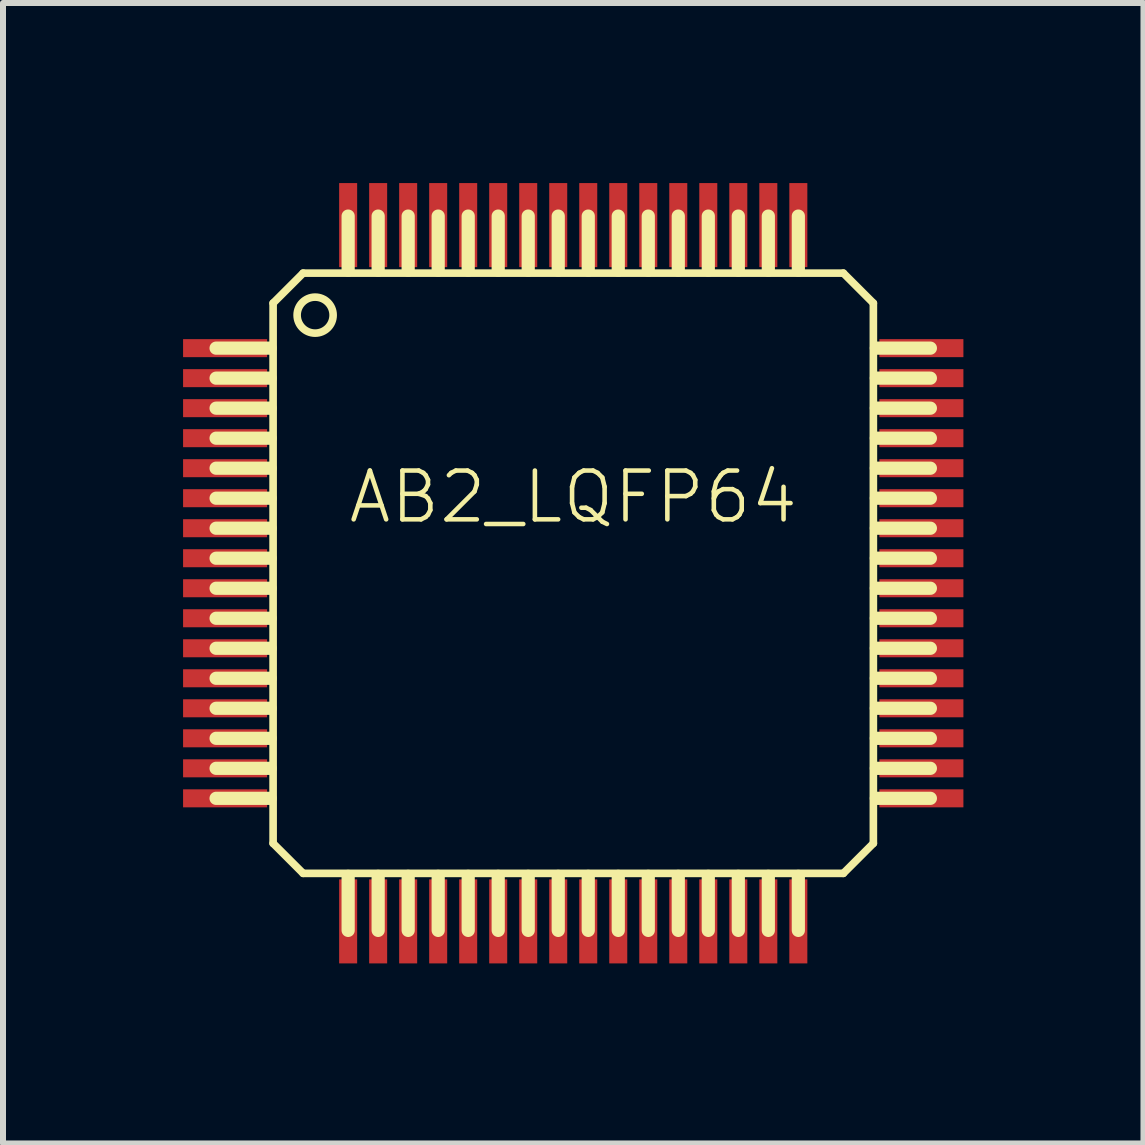
<source format=kicad_pcb>
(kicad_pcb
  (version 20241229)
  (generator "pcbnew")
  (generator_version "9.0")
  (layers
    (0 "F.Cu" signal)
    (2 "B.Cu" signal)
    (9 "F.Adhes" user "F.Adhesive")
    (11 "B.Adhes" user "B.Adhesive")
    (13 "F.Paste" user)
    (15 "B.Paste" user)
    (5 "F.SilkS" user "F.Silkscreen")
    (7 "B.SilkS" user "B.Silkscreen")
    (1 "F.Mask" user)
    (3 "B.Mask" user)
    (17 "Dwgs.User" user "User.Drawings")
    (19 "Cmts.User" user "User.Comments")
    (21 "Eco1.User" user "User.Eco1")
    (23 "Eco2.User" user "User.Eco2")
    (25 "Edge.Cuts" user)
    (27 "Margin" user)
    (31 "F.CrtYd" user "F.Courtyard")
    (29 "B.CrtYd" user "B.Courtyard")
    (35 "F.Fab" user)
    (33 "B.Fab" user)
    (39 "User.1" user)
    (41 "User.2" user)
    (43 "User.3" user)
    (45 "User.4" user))
  (footprint "AB2_LQFP64"
    (layer "F.Cu")
    (at 6.5 6.5)
    (property "Reference" "AB2_LQFP64" (at 0 -1.27 0) (layer "F.SilkS") (effects (font (size 0.813 0.813) (thickness 0.076))))
    (attr through_hole)
    (fp_line (start -5.05 -3.75) (end -5.95 -3.75) (stroke (width 0.22) (type solid)) (layer "F.SilkS"))
    (fp_line (start -5.05 -3.25) (end -5.95 -3.25) (stroke (width 0.22) (type solid)) (layer "F.SilkS"))
    (fp_line (start -5.05 -2.75) (end -5.95 -2.75) (stroke (width 0.22) (type solid)) (layer "F.SilkS"))
    (fp_line (start -5.05 -2.25) (end -5.95 -2.25) (stroke (width 0.22) (type solid)) (layer "F.SilkS"))
    (fp_line (start -5.05 -1.75) (end -5.95 -1.75) (stroke (width 0.22) (type solid)) (layer "F.SilkS"))
    (fp_line (start -5.05 -1.25) (end -5.95 -1.25) (stroke (width 0.22) (type solid)) (layer "F.SilkS"))
    (fp_line (start -5.05 -0.75) (end -5.95 -0.75) (stroke (width 0.22) (type solid)) (layer "F.SilkS"))
    (fp_line (start -5.05 -0.25) (end -5.95 -0.25) (stroke (width 0.22) (type solid)) (layer "F.SilkS"))
    (fp_line (start -5.05 0.25) (end -5.95 0.25) (stroke (width 0.22) (type solid)) (layer "F.SilkS"))
    (fp_line (start -5.05 0.75) (end -5.95 0.75) (stroke (width 0.22) (type solid)) (layer "F.SilkS"))
    (fp_line (start -5.05 1.25) (end -5.95 1.25) (stroke (width 0.22) (type solid)) (layer "F.SilkS"))
    (fp_line (start -5.05 1.75) (end -5.95 1.75) (stroke (width 0.22) (type solid)) (layer "F.SilkS"))
    (fp_line (start -5.05 2.25) (end -5.95 2.25) (stroke (width 0.22) (type solid)) (layer "F.SilkS"))
    (fp_line (start -5.05 2.75) (end -5.95 2.75) (stroke (width 0.22) (type solid)) (layer "F.SilkS"))
    (fp_line (start -5.05 3.25) (end -5.95 3.25) (stroke (width 0.22) (type solid)) (layer "F.SilkS"))
    (fp_line (start -5.05 3.75) (end -5.95 3.75) (stroke (width 0.22) (type solid)) (layer "F.SilkS"))
    (fp_line (start -5 -4.5) (end -4.5 -5) (stroke (width 0.127) (type solid)) (layer "F.SilkS"))
    (fp_line (start -5 4.5) (end -5 -4.5) (stroke (width 0.127) (type solid)) (layer "F.SilkS"))
    (fp_line (start -5 4.5) (end -4.5 5) (stroke (width 0.127) (type solid)) (layer "F.SilkS"))
    (fp_line (start -4.5 -5) (end 4.5 -5) (stroke (width 0.127) (type solid)) (layer "F.SilkS"))
    (fp_line (start -4.5 5) (end 4.5 5) (stroke (width 0.127) (type solid)) (layer "F.SilkS"))
    (fp_line (start -3.75 -5.95) (end -3.75 -5.05) (stroke (width 0.22) (type solid)) (layer "F.SilkS"))
    (fp_line (start -3.75 5.05) (end -3.75 5.95) (stroke (width 0.22) (type solid)) (layer "F.SilkS"))
    (fp_line (start -3.25 -5.95) (end -3.25 -5.05) (stroke (width 0.22) (type solid)) (layer "F.SilkS"))
    (fp_line (start -3.25 5.05) (end -3.25 5.95) (stroke (width 0.22) (type solid)) (layer "F.SilkS"))
    (fp_line (start -2.75 -5.95) (end -2.75 -5.05) (stroke (width 0.22) (type solid)) (layer "F.SilkS"))
    (fp_line (start -2.75 5.05) (end -2.75 5.95) (stroke (width 0.22) (type solid)) (layer "F.SilkS"))
    (fp_line (start -2.25 -5.95) (end -2.25 -5.05) (stroke (width 0.22) (type solid)) (layer "F.SilkS"))
    (fp_line (start -2.25 5.05) (end -2.25 5.95) (stroke (width 0.22) (type solid)) (layer "F.SilkS"))
    (fp_line (start -1.75 -5.95) (end -1.75 -5.05) (stroke (width 0.22) (type solid)) (layer "F.SilkS"))
    (fp_line (start -1.75 5.05) (end -1.75 5.95) (stroke (width 0.22) (type solid)) (layer "F.SilkS"))
    (fp_line (start -1.25 -5.95) (end -1.25 -5.05) (stroke (width 0.22) (type solid)) (layer "F.SilkS"))
    (fp_line (start -1.25 5.05) (end -1.25 5.95) (stroke (width 0.22) (type solid)) (layer "F.SilkS"))
    (fp_line (start -0.75 -5.95) (end -0.75 -5.05) (stroke (width 0.22) (type solid)) (layer "F.SilkS"))
    (fp_line (start -0.75 5.05) (end -0.75 5.95) (stroke (width 0.22) (type solid)) (layer "F.SilkS"))
    (fp_line (start -0.25 -5.95) (end -0.25 -5.05) (stroke (width 0.22) (type solid)) (layer "F.SilkS"))
    (fp_line (start -0.25 5.05) (end -0.25 5.95) (stroke (width 0.22) (type solid)) (layer "F.SilkS"))
    (fp_line (start 0.25 -5.95) (end 0.25 -5.05) (stroke (width 0.22) (type solid)) (layer "F.SilkS"))
    (fp_line (start 0.25 5.05) (end 0.25 5.95) (stroke (width 0.22) (type solid)) (layer "F.SilkS"))
    (fp_line (start 0.75 -5.95) (end 0.75 -5.05) (stroke (width 0.22) (type solid)) (layer "F.SilkS"))
    (fp_line (start 0.75 5.05) (end 0.75 5.95) (stroke (width 0.22) (type solid)) (layer "F.SilkS"))
    (fp_line (start 1.25 -5.95) (end 1.25 -5.05) (stroke (width 0.22) (type solid)) (layer "F.SilkS"))
    (fp_line (start 1.25 5.05) (end 1.25 5.95) (stroke (width 0.22) (type solid)) (layer "F.SilkS"))
    (fp_line (start 1.75 -5.95) (end 1.75 -5.05) (stroke (width 0.22) (type solid)) (layer "F.SilkS"))
    (fp_line (start 1.75 5.05) (end 1.75 5.95) (stroke (width 0.22) (type solid)) (layer "F.SilkS"))
    (fp_line (start 2.25 -5.95) (end 2.25 -5.05) (stroke (width 0.22) (type solid)) (layer "F.SilkS"))
    (fp_line (start 2.25 5.05) (end 2.25 5.95) (stroke (width 0.22) (type solid)) (layer "F.SilkS"))
    (fp_line (start 2.75 -5.95) (end 2.75 -5.05) (stroke (width 0.22) (type solid)) (layer "F.SilkS"))
    (fp_line (start 2.75 5.05) (end 2.75 5.95) (stroke (width 0.22) (type solid)) (layer "F.SilkS"))
    (fp_line (start 3.25 -5.95) (end 3.25 -5.05) (stroke (width 0.22) (type solid)) (layer "F.SilkS"))
    (fp_line (start 3.25 5.05) (end 3.25 5.95) (stroke (width 0.22) (type solid)) (layer "F.SilkS"))
    (fp_line (start 3.75 -5.95) (end 3.75 -5.05) (stroke (width 0.22) (type solid)) (layer "F.SilkS"))
    (fp_line (start 3.75 5.05) (end 3.75 5.95) (stroke (width 0.22) (type solid)) (layer "F.SilkS"))
    (fp_line (start 4.5 -5) (end 5 -4.5) (stroke (width 0.127) (type solid)) (layer "F.SilkS"))
    (fp_line (start 4.5 5) (end 5 4.5) (stroke (width 0.127) (type solid)) (layer "F.SilkS"))
    (fp_line (start 5 4.5) (end 5 -4.5) (stroke (width 0.127) (type solid)) (layer "F.SilkS"))
    (fp_line (start 5.95 -3.75) (end 5.05 -3.75) (stroke (width 0.22) (type solid)) (layer "F.SilkS"))
    (fp_line (start 5.95 -3.25) (end 5.05 -3.25) (stroke (width 0.22) (type solid)) (layer "F.SilkS"))
    (fp_line (start 5.95 -2.75) (end 5.05 -2.75) (stroke (width 0.22) (type solid)) (layer "F.SilkS"))
    (fp_line (start 5.95 -2.25) (end 5.05 -2.25) (stroke (width 0.22) (type solid)) (layer "F.SilkS"))
    (fp_line (start 5.95 -1.75) (end 5.05 -1.75) (stroke (width 0.22) (type solid)) (layer "F.SilkS"))
    (fp_line (start 5.95 -1.25) (end 5.05 -1.25) (stroke (width 0.22) (type solid)) (layer "F.SilkS"))
    (fp_line (start 5.95 -0.75) (end 5.05 -0.75) (stroke (width 0.22) (type solid)) (layer "F.SilkS"))
    (fp_line (start 5.95 -0.25) (end 5.05 -0.25) (stroke (width 0.22) (type solid)) (layer "F.SilkS"))
    (fp_line (start 5.95 0.25) (end 5.05 0.25) (stroke (width 0.22) (type solid)) (layer "F.SilkS"))
    (fp_line (start 5.95 0.75) (end 5.05 0.75) (stroke (width 0.22) (type solid)) (layer "F.SilkS"))
    (fp_line (start 5.95 1.25) (end 5.05 1.25) (stroke (width 0.22) (type solid)) (layer "F.SilkS"))
    (fp_line (start 5.95 1.75) (end 5.05 1.75) (stroke (width 0.22) (type solid)) (layer "F.SilkS"))
    (fp_line (start 5.95 2.25) (end 5.05 2.25) (stroke (width 0.22) (type solid)) (layer "F.SilkS"))
    (fp_line (start 5.95 2.75) (end 5.05 2.75) (stroke (width 0.22) (type solid)) (layer "F.SilkS"))
    (fp_line (start 5.95 3.25) (end 5.05 3.25) (stroke (width 0.22) (type solid)) (layer "F.SilkS"))
    (fp_line (start 5.95 3.75) (end 5.05 3.75) (stroke (width 0.22) (type solid)) (layer "F.SilkS"))
    (fp_circle (center -4.3 -4.3) (end -4.3 -4.6) (stroke (width 0.127) (type solid)) (fill no) (layer "F.SilkS"))
    (pad "1" smd rect (at -5.8 -3.75) (size 1.4 0.3) (layers "F.Cu" "F.Mask" "F.Paste"))
    (pad "2" smd rect (at -5.8 -3.25) (size 1.4 0.3) (layers "F.Cu" "F.Mask" "F.Paste"))
    (pad "3" smd rect (at -5.8 -2.75) (size 1.4 0.3) (layers "F.Cu" "F.Mask" "F.Paste"))
    (pad "4" smd rect (at -5.8 -2.25) (size 1.4 0.3) (layers "F.Cu" "F.Mask" "F.Paste"))
    (pad "5" smd rect (at -5.8 -1.75) (size 1.4 0.3) (layers "F.Cu" "F.Mask" "F.Paste"))
    (pad "6" smd rect (at -5.8 -1.25) (size 1.4 0.3) (layers "F.Cu" "F.Mask" "F.Paste"))
    (pad "7" smd rect (at -5.8 -0.75) (size 1.4 0.3) (layers "F.Cu" "F.Mask" "F.Paste"))
    (pad "8" smd rect (at -5.8 -0.25) (size 1.4 0.3) (layers "F.Cu" "F.Mask" "F.Paste"))
    (pad "9" smd rect (at -5.8 0.25) (size 1.4 0.3) (layers "F.Cu" "F.Mask" "F.Paste"))
    (pad "10" smd rect (at -5.8 0.75) (size 1.4 0.3) (layers "F.Cu" "F.Mask" "F.Paste"))
    (pad "11" smd rect (at -5.8 1.25) (size 1.4 0.3) (layers "F.Cu" "F.Mask" "F.Paste"))
    (pad "12" smd rect (at -5.8 1.75) (size 1.4 0.3) (layers "F.Cu" "F.Mask" "F.Paste"))
    (pad "13" smd rect (at -5.8 2.25) (size 1.4 0.3) (layers "F.Cu" "F.Mask" "F.Paste"))
    (pad "14" smd rect (at -5.8 2.75) (size 1.4 0.3) (layers "F.Cu" "F.Mask" "F.Paste"))
    (pad "15" smd rect (at -5.8 3.25) (size 1.4 0.3) (layers "F.Cu" "F.Mask" "F.Paste"))
    (pad "16" smd rect (at -5.8 3.75) (size 1.4 0.3) (layers "F.Cu" "F.Mask" "F.Paste"))
    (pad "17" smd rect (at -3.75 5.8 90) (size 1.4 0.3) (layers "F.Cu" "F.Mask" "F.Paste"))
    (pad "18" smd rect (at -3.25 5.8 90) (size 1.4 0.3) (layers "F.Cu" "F.Mask" "F.Paste"))
    (pad "19" smd rect (at -2.75 5.8 90) (size 1.4 0.3) (layers "F.Cu" "F.Mask" "F.Paste"))
    (pad "20" smd rect (at -2.25 5.8 90) (size 1.4 0.3) (layers "F.Cu" "F.Mask" "F.Paste"))
    (pad "21" smd rect (at -1.75 5.8 90) (size 1.4 0.3) (layers "F.Cu" "F.Mask" "F.Paste"))
    (pad "22" smd rect (at -1.25 5.8 90) (size 1.4 0.3) (layers "F.Cu" "F.Mask" "F.Paste"))
    (pad "23" smd rect (at -0.75 5.8 90) (size 1.4 0.3) (layers "F.Cu" "F.Mask" "F.Paste"))
    (pad "24" smd rect (at -0.25 5.8 90) (size 1.4 0.3) (layers "F.Cu" "F.Mask" "F.Paste"))
    (pad "25" smd rect (at 0.25 5.8 90) (size 1.4 0.3) (layers "F.Cu" "F.Mask" "F.Paste"))
    (pad "26" smd rect (at 0.75 5.8 90) (size 1.4 0.3) (layers "F.Cu" "F.Mask" "F.Paste"))
    (pad "27" smd rect (at 1.25 5.8 90) (size 1.4 0.3) (layers "F.Cu" "F.Mask" "F.Paste"))
    (pad "28" smd rect (at 1.75 5.8 90) (size 1.4 0.3) (layers "F.Cu" "F.Mask" "F.Paste"))
    (pad "29" smd rect (at 2.25 5.8 90) (size 1.4 0.3) (layers "F.Cu" "F.Mask" "F.Paste"))
    (pad "30" smd rect (at 2.75 5.8 90) (size 1.4 0.3) (layers "F.Cu" "F.Mask" "F.Paste"))
    (pad "31" smd rect (at 3.25 5.8 90) (size 1.4 0.3) (layers "F.Cu" "F.Mask" "F.Paste"))
    (pad "32" smd rect (at 3.75 5.8 90) (size 1.4 0.3) (layers "F.Cu" "F.Mask" "F.Paste"))
    (pad "33" smd rect (at 5.8 3.75 180) (size 1.4 0.3) (layers "F.Cu" "F.Mask" "F.Paste"))
    (pad "34" smd rect (at 5.8 3.25 180) (size 1.4 0.3) (layers "F.Cu" "F.Mask" "F.Paste"))
    (pad "35" smd rect (at 5.8 2.75 180) (size 1.4 0.3) (layers "F.Cu" "F.Mask" "F.Paste"))
    (pad "36" smd rect (at 5.8 2.25 180) (size 1.4 0.3) (layers "F.Cu" "F.Mask" "F.Paste"))
    (pad "37" smd rect (at 5.8 1.75 180) (size 1.4 0.3) (layers "F.Cu" "F.Mask" "F.Paste"))
    (pad "38" smd rect (at 5.8 1.25 180) (size 1.4 0.3) (layers "F.Cu" "F.Mask" "F.Paste"))
    (pad "39" smd rect (at 5.8 0.75 180) (size 1.4 0.3) (layers "F.Cu" "F.Mask" "F.Paste"))
    (pad "40" smd rect (at 5.8 0.25 180) (size 1.4 0.3) (layers "F.Cu" "F.Mask" "F.Paste"))
    (pad "41" smd rect (at 5.8 -0.25 180) (size 1.4 0.3) (layers "F.Cu" "F.Mask" "F.Paste"))
    (pad "42" smd rect (at 5.8 -0.75 180) (size 1.4 0.3) (layers "F.Cu" "F.Mask" "F.Paste"))
    (pad "43" smd rect (at 5.8 -1.25 180) (size 1.4 0.3) (layers "F.Cu" "F.Mask" "F.Paste"))
    (pad "44" smd rect (at 5.8 -1.75 180) (size 1.4 0.3) (layers "F.Cu" "F.Mask" "F.Paste"))
    (pad "45" smd rect (at 5.8 -2.25 180) (size 1.4 0.3) (layers "F.Cu" "F.Mask" "F.Paste"))
    (pad "46" smd rect (at 5.8 -2.75 180) (size 1.4 0.3) (layers "F.Cu" "F.Mask" "F.Paste"))
    (pad "47" smd rect (at 5.8 -3.25 180) (size 1.4 0.3) (layers "F.Cu" "F.Mask" "F.Paste"))
    (pad "48" smd rect (at 5.8 -3.75 180) (size 1.4 0.3) (layers "F.Cu" "F.Mask" "F.Paste"))
    (pad "49" smd rect (at 3.75 -5.8 90) (size 1.4 0.3) (layers "F.Cu" "F.Mask" "F.Paste"))
    (pad "50" smd rect (at 3.25 -5.8 90) (size 1.4 0.3) (layers "F.Cu" "F.Mask" "F.Paste"))
    (pad "51" smd rect (at 2.75 -5.8 90) (size 1.4 0.3) (layers "F.Cu" "F.Mask" "F.Paste"))
    (pad "52" smd rect (at 2.25 -5.8 90) (size 1.4 0.3) (layers "F.Cu" "F.Mask" "F.Paste"))
    (pad "53" smd rect (at 1.75 -5.8 90) (size 1.4 0.3) (layers "F.Cu" "F.Mask" "F.Paste"))
    (pad "54" smd rect (at 1.25 -5.8 90) (size 1.4 0.3) (layers "F.Cu" "F.Mask" "F.Paste"))
    (pad "55" smd rect (at 0.75 -5.8 90) (size 1.4 0.3) (layers "F.Cu" "F.Mask" "F.Paste"))
    (pad "56" smd rect (at 0.25 -5.8 90) (size 1.4 0.3) (layers "F.Cu" "F.Mask" "F.Paste"))
    (pad "57" smd rect (at -0.25 -5.8 90) (size 1.4 0.3) (layers "F.Cu" "F.Mask" "F.Paste"))
    (pad "58" smd rect (at -0.75 -5.8 90) (size 1.4 0.3) (layers "F.Cu" "F.Mask" "F.Paste"))
    (pad "59" smd rect (at -1.25 -5.8 90) (size 1.4 0.3) (layers "F.Cu" "F.Mask" "F.Paste"))
    (pad "60" smd rect (at -1.75 -5.8 90) (size 1.4 0.3) (layers "F.Cu" "F.Mask" "F.Paste"))
    (pad "61" smd rect (at -2.25 -5.8 90) (size 1.4 0.3) (layers "F.Cu" "F.Mask" "F.Paste"))
    (pad "62" smd rect (at -2.75 -5.8 90) (size 1.4 0.3) (layers "F.Cu" "F.Mask" "F.Paste"))
    (pad "63" smd rect (at -3.25 -5.8 90) (size 1.4 0.3) (layers "F.Cu" "F.Mask" "F.Paste"))
    (pad "64" smd rect (at -3.75 -5.8 90) (size 1.4 0.3) (layers "F.Cu" "F.Mask" "F.Paste")))
  (gr_rect
    (start -3 -3)
    (end 16 16)
    (stroke (width 0.1) (type default))
    (fill no)
    (layer "Edge.Cuts")))
</source>
